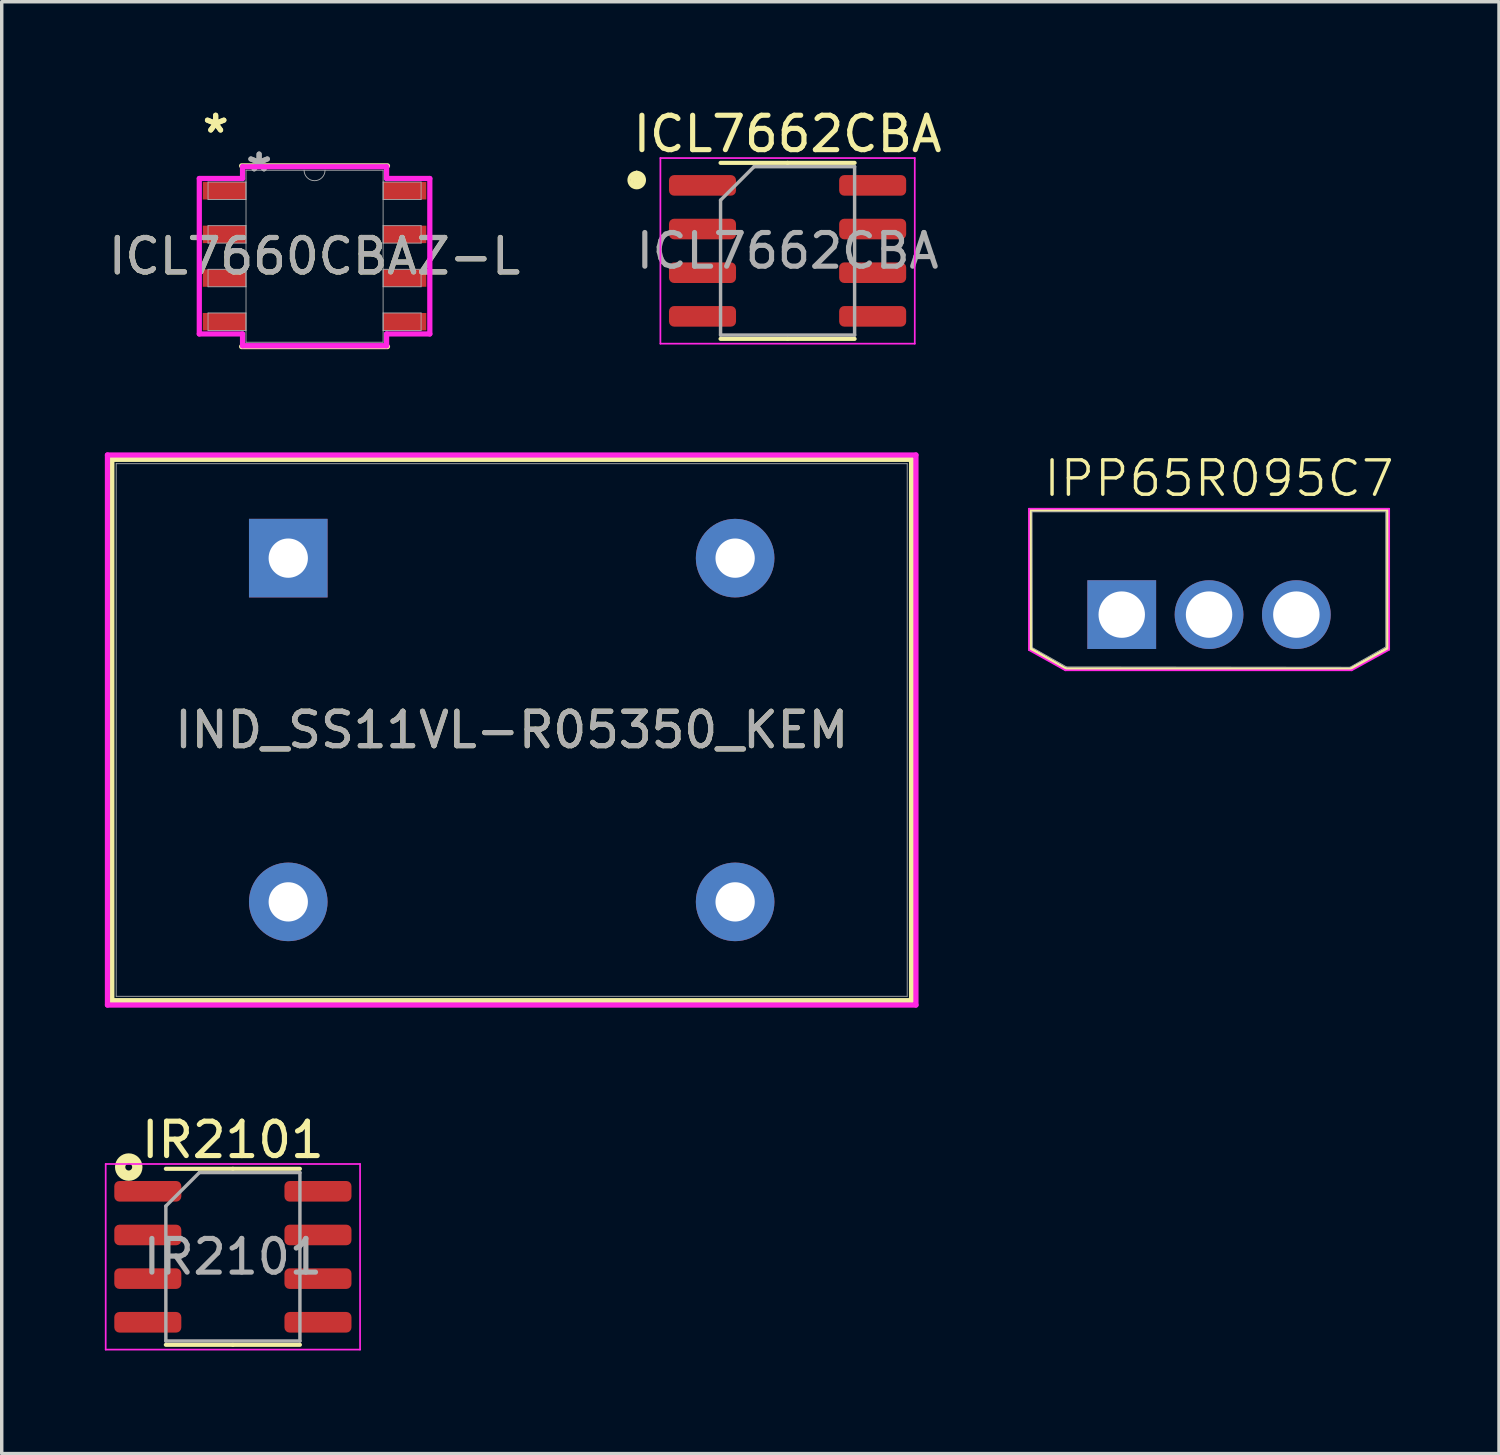
<source format=kicad_pcb>
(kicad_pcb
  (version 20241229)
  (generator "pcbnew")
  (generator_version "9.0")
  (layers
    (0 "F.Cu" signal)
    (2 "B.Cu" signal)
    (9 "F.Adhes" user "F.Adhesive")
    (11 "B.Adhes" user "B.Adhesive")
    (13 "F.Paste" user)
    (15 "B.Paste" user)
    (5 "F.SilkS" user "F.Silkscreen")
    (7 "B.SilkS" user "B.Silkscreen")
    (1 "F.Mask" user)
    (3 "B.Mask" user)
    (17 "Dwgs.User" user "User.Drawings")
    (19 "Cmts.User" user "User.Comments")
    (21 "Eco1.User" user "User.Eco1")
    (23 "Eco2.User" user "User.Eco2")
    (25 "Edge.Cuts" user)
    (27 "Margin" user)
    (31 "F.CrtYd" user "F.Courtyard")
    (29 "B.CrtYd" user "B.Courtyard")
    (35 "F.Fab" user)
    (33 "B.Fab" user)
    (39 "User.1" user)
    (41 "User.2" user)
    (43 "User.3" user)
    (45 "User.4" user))
  (footprint "ICL7662CBA"
    (layer "F.Cu")
    (at 19.862 4.248)
    (property "Reference" "ICL7662CBA" (at 0 -3.4 0) (layer "F.SilkS") (effects (font (size 1 1) (thickness 0.15))))
    (attr smd)
    (fp_line (start -4.53 -1.99) (end -4.49 -1.88) (stroke (width 0.1) (type default)) (layer "F.SilkS"))
    (fp_line (start -4.5 -2.2) (end -4.53 -1.99) (stroke (width 0.1) (type default)) (layer "F.SilkS"))
    (fp_line (start -4.49 -1.88) (end -4.32 -1.91) (stroke (width 0.1) (type default)) (layer "F.SilkS"))
    (fp_line (start -4.45 -2.17) (end -4.44 -1.93) (stroke (width 0.1) (type default)) (layer "F.SilkS"))
    (fp_line (start -4.44 -1.93) (end -4.215 -2.09) (stroke (width 0.1) (type default)) (layer "F.SilkS"))
    (fp_line (start -4.42 -2.225) (end -4.27 -2.1) (stroke (width 0.1) (type default)) (layer "F.SilkS"))
    (fp_line (start -4.389 -2.281) (end -4.45 -2.17) (stroke (width 0.1) (type default)) (layer "F.SilkS"))
    (fp_line (start -4.389 -2.06) (end -4.345 -2.163) (stroke (width 0.1) (type default)) (layer "F.SilkS"))
    (fp_line (start -4.32 -1.91) (end -4.21 -2.01) (stroke (width 0.1) (type default)) (layer "F.SilkS"))
    (fp_line (start -4.27 -2.1) (end -4.389 -2.06) (stroke (width 0.1) (type default)) (layer "F.SilkS"))
    (fp_line (start -4.22 -2.17) (end -4.389 -2.281) (stroke (width 0.1) (type default)) (layer "F.SilkS"))
    (fp_line (start -4.21 -2.01) (end -4.22 -2.17) (stroke (width 0.1) (type default)) (layer "F.SilkS"))
    (fp_line (start 0 -2.56) (end -1.95 -2.56) (stroke (width 0.12) (type solid)) (layer "F.SilkS"))
    (fp_line (start 0 -2.56) (end 1.95 -2.56) (stroke (width 0.12) (type solid)) (layer "F.SilkS"))
    (fp_line (start 0 2.56) (end -1.95 2.56) (stroke (width 0.12) (type solid)) (layer "F.SilkS"))
    (fp_line (start 0 2.56) (end 1.95 2.56) (stroke (width 0.12) (type solid)) (layer "F.SilkS"))
    (fp_circle (center -4.389 -2.06) (end -4.169 -2.04) (stroke (width 0.1) (type default)) (fill no) (layer "F.SilkS"))
    (fp_line (start -3.7 -2.7) (end -3.7 2.7) (stroke (width 0.05) (type solid)) (layer "F.CrtYd"))
    (fp_line (start -3.7 2.7) (end 3.7 2.7) (stroke (width 0.05) (type solid)) (layer "F.CrtYd"))
    (fp_line (start 3.7 -2.7) (end -3.7 -2.7) (stroke (width 0.05) (type solid)) (layer "F.CrtYd"))
    (fp_line (start 3.7 2.7) (end 3.7 -2.7) (stroke (width 0.05) (type solid)) (layer "F.CrtYd"))
    (fp_line (start -1.95 -1.475) (end -0.975 -2.45) (stroke (width 0.1) (type solid)) (layer "F.Fab"))
    (fp_line (start -1.95 2.45) (end -1.95 -1.475) (stroke (width 0.1) (type solid)) (layer "F.Fab"))
    (fp_line (start -0.975 -2.45) (end 1.95 -2.45) (stroke (width 0.1) (type solid)) (layer "F.Fab"))
    (fp_line (start 1.95 -2.45) (end 1.95 2.45) (stroke (width 0.1) (type solid)) (layer "F.Fab"))
    (fp_line (start 1.95 2.45) (end -1.95 2.45) (stroke (width 0.1) (type solid)) (layer "F.Fab"))
    (fp_text user "${REFERENCE}" (at 0 0 0) (layer "F.Fab") (effects (font (size 0.98 0.98) (thickness 0.15))))
    (pad "1" smd roundrect (at -2.475 -1.905) (size 1.95 0.6) (layers "F.Cu" "F.Mask" "F.Paste") (roundrect_rratio 0.25))
    (pad "2" smd roundrect (at -2.475 -0.635) (size 1.95 0.6) (layers "F.Cu" "F.Mask" "F.Paste") (roundrect_rratio 0.25))
    (pad "3" smd roundrect (at -2.475 0.635) (size 1.95 0.6) (layers "F.Cu" "F.Mask" "F.Paste") (roundrect_rratio 0.25))
    (pad "4" smd roundrect (at -2.475 1.905) (size 1.95 0.6) (layers "F.Cu" "F.Mask" "F.Paste") (roundrect_rratio 0.25))
    (pad "5" smd roundrect (at 2.475 1.905) (size 1.95 0.6) (layers "F.Cu" "F.Mask" "F.Paste") (roundrect_rratio 0.25))
    (pad "6" smd roundrect (at 2.475 0.635) (size 1.95 0.6) (layers "F.Cu" "F.Mask" "F.Paste") (roundrect_rratio 0.25))
    (pad "7" smd roundrect (at 2.475 -0.635) (size 1.95 0.6) (layers "F.Cu" "F.Mask" "F.Paste") (roundrect_rratio 0.25))
    (pad "8" smd roundrect (at 2.475 -1.905) (size 1.95 0.6) (layers "F.Cu" "F.Mask" "F.Paste") (roundrect_rratio 0.25)))
  (footprint "IND_SS11VL-R05350_KEM"
    (layer "F.Cu")
    (at 5.336 13.187)
    (property "Reference" "IND_SS11VL-R05350_KEM" (at 6.5 5 0) (unlocked yes) (layer "F.SilkS") (effects (font (size 1 1) (thickness 0.15))))
    (attr through_hole)
    (fp_line (start -5.133 -2.874) (end -5.133 12.874) (stroke (width 0.152) (type solid)) (layer "F.SilkS"))
    (fp_line (start -5.133 12.874) (end 18.133 12.874) (stroke (width 0.152) (type solid)) (layer "F.SilkS"))
    (fp_line (start 18.133 -2.874) (end -5.133 -2.874) (stroke (width 0.152) (type solid)) (layer "F.SilkS"))
    (fp_line (start 18.133 12.874) (end 18.133 -2.874) (stroke (width 0.152) (type solid)) (layer "F.SilkS"))
    (fp_line (start -5.26 -3.001) (end -5.26 13.001) (stroke (width 0.152) (type solid)) (layer "F.CrtYd"))
    (fp_line (start -5.26 13.001) (end 18.26 13.001) (stroke (width 0.152) (type solid)) (layer "F.CrtYd"))
    (fp_line (start 18.26 -3.001) (end -5.26 -3.001) (stroke (width 0.152) (type solid)) (layer "F.CrtYd"))
    (fp_line (start 18.26 13.001) (end 18.26 -3.001) (stroke (width 0.152) (type solid)) (layer "F.CrtYd"))
    (fp_line (start -5.006 -2.747) (end -5.006 12.747) (stroke (width 0.025) (type solid)) (layer "F.Fab"))
    (fp_line (start -5.006 12.747) (end 18.006 12.747) (stroke (width 0.025) (type solid)) (layer "F.Fab"))
    (fp_line (start 18.006 -2.747) (end -5.006 -2.747) (stroke (width 0.025) (type solid)) (layer "F.Fab"))
    (fp_line (start 18.006 12.747) (end 18.006 -2.747) (stroke (width 0.025) (type solid)) (layer "F.Fab"))
    (fp_text user "${REFERENCE}" (at 6.5 5 0) (unlocked yes) (layer "F.Fab") (effects (font (size 1 1) (thickness 0.15))))
    (pad "1" thru_hole rect (at 0 0) (size 2.286 2.286) (drill 1.143) (layers "*.Cu" "*.Mask"))
    (pad "2" thru_hole circle (at 0 10) (size 2.286 2.286) (drill 1.143) (layers "*.Cu" "*.Mask"))
    (pad "3" thru_hole circle (at 13 0) (size 2.286 2.286) (drill 1.143) (layers "*.Cu" "*.Mask"))
    (pad "4" thru_hole circle (at 13 10) (size 2.286 2.286) (drill 1.143) (layers "*.Cu" "*.Mask")))
  (footprint "IPP65R095C7"
    (layer "F.Cu")
    (at 26.923 11.79)
    (property "Reference" "IPP65R095C7" (at 5.49 -0.92 0) (unlocked yes) (layer "F.SilkS") (effects (font (size 1 1) (thickness 0.1))))
    (attr through_hole)
    (fp_line (start 0 0) (end 0 4.03) (stroke (width 0.1) (type default)) (layer "F.SilkS"))
    (fp_line (start 0 4.03) (end 1.03 4.62) (stroke (width 0.1) (type default)) (layer "F.SilkS"))
    (fp_line (start 1.03 4.62) (end 9.32 4.62) (stroke (width 0.1) (type default)) (layer "F.SilkS"))
    (fp_line (start 9.32 4.62) (end 10.4 4.02) (stroke (width 0.1) (type default)) (layer "F.SilkS"))
    (fp_line (start 10.4 -0.01) (end 0 0) (stroke (width 0.1) (type default)) (layer "F.SilkS"))
    (fp_line (start 10.4 4.02) (end 10.4 -0.01) (stroke (width 0.1) (type default)) (layer "F.SilkS"))
    (fp_line (start -0.04 -0.04) (end 10.44 -0.04) (stroke (width 0.05) (type default)) (layer "F.CrtYd"))
    (fp_line (start -0.04 0.01) (end -0.04 -0.04) (stroke (width 0.05) (type default)) (layer "F.CrtYd"))
    (fp_line (start -0.04 0.01) (end -0.04 4.07) (stroke (width 0.05) (type default)) (layer "F.CrtYd"))
    (fp_line (start -0.04 4.07) (end 1.02 4.66) (stroke (width 0.05) (type default)) (layer "F.CrtYd"))
    (fp_line (start 1.02 4.66) (end 9.35 4.66) (stroke (width 0.05) (type default)) (layer "F.CrtYd"))
    (fp_line (start 9.35 4.66) (end 10.44 4.06) (stroke (width 0.05) (type default)) (layer "F.CrtYd"))
    (fp_line (start 10.44 -0.04) (end 10.44 4.06) (stroke (width 0.05) (type default)) (layer "F.CrtYd"))
    (fp_line (start 0.05 0.05) (end 0.06 4) (stroke (width 0.025) (type default)) (layer "F.Fab"))
    (fp_line (start 0.06 4) (end 1.05 4.56) (stroke (width 0.025) (type default)) (layer "F.Fab"))
    (fp_line (start 1.05 4.56) (end 9.3 4.57) (stroke (width 0.025) (type default)) (layer "F.Fab"))
    (fp_line (start 9.3 4.57) (end 10.34 3.98) (stroke (width 0.025) (type default)) (layer "F.Fab"))
    (fp_line (start 10.34 0.05) (end 0.05 0.05) (stroke (width 0.025) (type default)) (layer "F.Fab"))
    (fp_line (start 10.34 3.98) (end 10.34 0.05) (stroke (width 0.025) (type default)) (layer "F.Fab"))
    (pad "1" thru_hole rect (at 2.66 3.04) (size 2 2) (drill 1.35) (layers "*.Cu" "*.Mask"))
    (pad "2" thru_hole circle (at 5.2 3.04) (size 2 2) (drill 1.35) (layers "*.Cu" "*.Mask"))
    (pad "3" thru_hole circle (at 7.74 3.04) (size 2 2) (drill 1.35) (layers "*.Cu" "*.Mask")))
  (footprint "IR2101"
    (layer "F.Cu")
    (at 3.725 33.512)
    (property "Reference" "IR2101" (at 0 -3.4 0) (layer "F.SilkS") (effects (font (size 1 1) (thickness 0.15))))
    (attr smd)
    (fp_line (start 0 -2.56) (end -1.95 -2.56) (stroke (width 0.12) (type solid)) (layer "F.SilkS"))
    (fp_line (start 0 -2.56) (end 1.95 -2.56) (stroke (width 0.12) (type solid)) (layer "F.SilkS"))
    (fp_line (start 0 2.56) (end -1.95 2.56) (stroke (width 0.12) (type solid)) (layer "F.SilkS"))
    (fp_line (start 0 2.56) (end 1.95 2.56) (stroke (width 0.12) (type solid)) (layer "F.SilkS"))
    (fp_circle (center -3.03 -2.61) (end -2.93 -2.61) (stroke (width 0.3) (type default)) (fill no) (layer "F.SilkS"))
    (fp_line (start -3.7 -2.7) (end -3.7 2.7) (stroke (width 0.05) (type solid)) (layer "F.CrtYd"))
    (fp_line (start -3.7 2.7) (end 3.7 2.7) (stroke (width 0.05) (type solid)) (layer "F.CrtYd"))
    (fp_line (start 3.7 -2.7) (end -3.7 -2.7) (stroke (width 0.05) (type solid)) (layer "F.CrtYd"))
    (fp_line (start 3.7 2.7) (end 3.7 -2.7) (stroke (width 0.05) (type solid)) (layer "F.CrtYd"))
    (fp_line (start -1.95 -1.475) (end -0.975 -2.45) (stroke (width 0.1) (type solid)) (layer "F.Fab"))
    (fp_line (start -1.95 2.45) (end -1.95 -1.475) (stroke (width 0.1) (type solid)) (layer "F.Fab"))
    (fp_line (start -0.975 -2.45) (end 1.95 -2.45) (stroke (width 0.1) (type solid)) (layer "F.Fab"))
    (fp_line (start 1.95 -2.45) (end 1.95 2.45) (stroke (width 0.1) (type solid)) (layer "F.Fab"))
    (fp_line (start 1.95 2.45) (end -1.95 2.45) (stroke (width 0.1) (type solid)) (layer "F.Fab"))
    (fp_text user "${REFERENCE}" (at 0 0 0) (layer "F.Fab") (effects (font (size 0.98 0.98) (thickness 0.15))))
    (pad "1" smd roundrect (at -2.475 -1.905) (size 1.95 0.6) (layers "F.Cu" "F.Mask" "F.Paste") (roundrect_rratio 0.25))
    (pad "2" smd roundrect (at -2.475 -0.635) (size 1.95 0.6) (layers "F.Cu" "F.Mask" "F.Paste") (roundrect_rratio 0.25))
    (pad "3" smd roundrect (at -2.475 0.635) (size 1.95 0.6) (layers "F.Cu" "F.Mask" "F.Paste") (roundrect_rratio 0.25))
    (pad "4" smd roundrect (at -2.475 1.905) (size 1.95 0.6) (layers "F.Cu" "F.Mask" "F.Paste") (roundrect_rratio 0.25))
    (pad "5" smd roundrect (at 2.475 1.905) (size 1.95 0.6) (layers "F.Cu" "F.Mask" "F.Paste") (roundrect_rratio 0.25))
    (pad "6" smd roundrect (at 2.475 0.635) (size 1.95 0.6) (layers "F.Cu" "F.Mask" "F.Paste") (roundrect_rratio 0.25))
    (pad "7" smd roundrect (at 2.475 -0.635) (size 1.95 0.6) (layers "F.Cu" "F.Mask" "F.Paste") (roundrect_rratio 0.25))
    (pad "8" smd roundrect (at 2.475 -1.905) (size 1.95 0.6) (layers "F.Cu" "F.Mask" "F.Paste") (roundrect_rratio 0.25)))
  (footprint "ICL7660CBAZ-L"
    (layer "F.Cu")
    (at 6.101 4.404)
    (property "Reference" "ICL7660CBAZ-L" (at 0 0 0) (unlocked yes) (layer "F.SilkS") (effects (font (size 1 1) (thickness 0.15))))
    (attr smd)
    (fp_line (start -2.121 2.629) (end 2.121 2.629) (stroke (width 0.152) (type solid)) (layer "F.SilkS"))
    (fp_line (start 2.121 -2.629) (end -2.121 -2.629) (stroke (width 0.152) (type solid)) (layer "F.SilkS"))
    (fp_line (start -3.353 -2.261) (end -2.095 -2.261) (stroke (width 0.152) (type solid)) (layer "F.CrtYd"))
    (fp_line (start -3.353 2.261) (end -3.353 -2.261) (stroke (width 0.152) (type solid)) (layer "F.CrtYd"))
    (fp_line (start -3.353 2.261) (end -2.095 2.261) (stroke (width 0.152) (type solid)) (layer "F.CrtYd"))
    (fp_line (start -2.095 -2.603) (end 2.095 -2.603) (stroke (width 0.152) (type solid)) (layer "F.CrtYd"))
    (fp_line (start -2.095 -2.261) (end -2.095 -2.603) (stroke (width 0.152) (type solid)) (layer "F.CrtYd"))
    (fp_line (start -2.095 2.603) (end -2.095 2.261) (stroke (width 0.152) (type solid)) (layer "F.CrtYd"))
    (fp_line (start 2.095 -2.603) (end 2.095 -2.261) (stroke (width 0.152) (type solid)) (layer "F.CrtYd"))
    (fp_line (start 2.095 2.261) (end 2.095 2.603) (stroke (width 0.152) (type solid)) (layer "F.CrtYd"))
    (fp_line (start 2.095 2.603) (end -2.095 2.603) (stroke (width 0.152) (type solid)) (layer "F.CrtYd"))
    (fp_line (start 3.353 -2.261) (end 2.095 -2.261) (stroke (width 0.152) (type solid)) (layer "F.CrtYd"))
    (fp_line (start 3.353 -2.261) (end 3.353 2.261) (stroke (width 0.152) (type solid)) (layer "F.CrtYd"))
    (fp_line (start 3.353 2.261) (end 2.095 2.261) (stroke (width 0.152) (type solid)) (layer "F.CrtYd"))
    (fp_line (start -3.099 -2.159) (end -3.099 -1.651) (stroke (width 0.025) (type solid)) (layer "F.Fab"))
    (fp_line (start -3.099 -1.651) (end -1.994 -1.651) (stroke (width 0.025) (type solid)) (layer "F.Fab"))
    (fp_line (start -3.099 -0.889) (end -3.099 -0.381) (stroke (width 0.025) (type solid)) (layer "F.Fab"))
    (fp_line (start -3.099 -0.381) (end -1.994 -0.381) (stroke (width 0.025) (type solid)) (layer "F.Fab"))
    (fp_line (start -3.099 0.381) (end -3.099 0.889) (stroke (width 0.025) (type solid)) (layer "F.Fab"))
    (fp_line (start -3.099 0.889) (end -1.994 0.889) (stroke (width 0.025) (type solid)) (layer "F.Fab"))
    (fp_line (start -3.099 1.651) (end -3.099 2.159) (stroke (width 0.025) (type solid)) (layer "F.Fab"))
    (fp_line (start -3.099 2.159) (end -1.994 2.159) (stroke (width 0.025) (type solid)) (layer "F.Fab"))
    (fp_line (start -1.994 -2.502) (end -1.994 2.502) (stroke (width 0.025) (type solid)) (layer "F.Fab"))
    (fp_line (start -1.994 -2.159) (end -3.099 -2.159) (stroke (width 0.025) (type solid)) (layer "F.Fab"))
    (fp_line (start -1.994 -1.651) (end -1.994 -2.159) (stroke (width 0.025) (type solid)) (layer "F.Fab"))
    (fp_line (start -1.994 -0.889) (end -3.099 -0.889) (stroke (width 0.025) (type solid)) (layer "F.Fab"))
    (fp_line (start -1.994 -0.381) (end -1.994 -0.889) (stroke (width 0.025) (type solid)) (layer "F.Fab"))
    (fp_line (start -1.994 0.381) (end -3.099 0.381) (stroke (width 0.025) (type solid)) (layer "F.Fab"))
    (fp_line (start -1.994 0.889) (end -1.994 0.381) (stroke (width 0.025) (type solid)) (layer "F.Fab"))
    (fp_line (start -1.994 1.651) (end -3.099 1.651) (stroke (width 0.025) (type solid)) (layer "F.Fab"))
    (fp_line (start -1.994 2.159) (end -1.994 1.651) (stroke (width 0.025) (type solid)) (layer "F.Fab"))
    (fp_line (start -1.994 2.502) (end 1.994 2.502) (stroke (width 0.025) (type solid)) (layer "F.Fab"))
    (fp_line (start 1.994 -2.502) (end -1.994 -2.502) (stroke (width 0.025) (type solid)) (layer "F.Fab"))
    (fp_line (start 1.994 -2.159) (end 1.994 -1.651) (stroke (width 0.025) (type solid)) (layer "F.Fab"))
    (fp_line (start 1.994 -1.651) (end 3.099 -1.651) (stroke (width 0.025) (type solid)) (layer "F.Fab"))
    (fp_line (start 1.994 -0.889) (end 1.994 -0.381) (stroke (width 0.025) (type solid)) (layer "F.Fab"))
    (fp_line (start 1.994 -0.381) (end 3.099 -0.381) (stroke (width 0.025) (type solid)) (layer "F.Fab"))
    (fp_line (start 1.994 0.381) (end 1.994 0.889) (stroke (width 0.025) (type solid)) (layer "F.Fab"))
    (fp_line (start 1.994 0.889) (end 3.099 0.889) (stroke (width 0.025) (type solid)) (layer "F.Fab"))
    (fp_line (start 1.994 1.651) (end 1.994 2.159) (stroke (width 0.025) (type solid)) (layer "F.Fab"))
    (fp_line (start 1.994 2.159) (end 3.099 2.159) (stroke (width 0.025) (type solid)) (layer "F.Fab"))
    (fp_line (start 1.994 2.502) (end 1.994 -2.502) (stroke (width 0.025) (type solid)) (layer "F.Fab"))
    (fp_line (start 3.099 -2.159) (end 1.994 -2.159) (stroke (width 0.025) (type solid)) (layer "F.Fab"))
    (fp_line (start 3.099 -1.651) (end 3.099 -2.159) (stroke (width 0.025) (type solid)) (layer "F.Fab"))
    (fp_line (start 3.099 -0.889) (end 1.994 -0.889) (stroke (width 0.025) (type solid)) (layer "F.Fab"))
    (fp_line (start 3.099 -0.381) (end 3.099 -0.889) (stroke (width 0.025) (type solid)) (layer "F.Fab"))
    (fp_line (start 3.099 0.381) (end 1.994 0.381) (stroke (width 0.025) (type solid)) (layer "F.Fab"))
    (fp_line (start 3.099 0.889) (end 3.099 0.381) (stroke (width 0.025) (type solid)) (layer "F.Fab"))
    (fp_line (start 3.099 1.651) (end 1.994 1.651) (stroke (width 0.025) (type solid)) (layer "F.Fab"))
    (fp_line (start 3.099 2.159) (end 3.099 1.651) (stroke (width 0.025) (type solid)) (layer "F.Fab"))
    (fp_arc (start 0.3048 -2.5019) (mid 0 -2.1971) (end -0.3048 -2.5019) (stroke (width 0.0254) (type solid)) (layer "F.Fab"))
    (fp_text user "*" (at -2.877 -3.556 0) (unlocked yes) (layer "F.SilkS") (effects (font (size 1 1) (thickness 0.15))))
    (fp_text user "*" (at -2.877 -3.556 0) (layer "F.SilkS") (effects (font (size 1 1) (thickness 0.15))))
    (fp_text user "${REFERENCE}" (at 0 0 0) (unlocked yes) (layer "F.Fab") (effects (font (size 1 1) (thickness 0.15))))
    (fp_text user "*" (at -1.613 -2.426 0) (unlocked yes) (layer "F.Fab") (effects (font (size 1 1) (thickness 0.15))))
    (fp_text user "*" (at -1.613 -2.426 0) (layer "F.Fab") (effects (font (size 1 1) (thickness 0.15))))
    (pad "1" smd rect (at -2.623 -1.905) (size 1.257 0.508) (layers "F.Cu" "F.Mask" "F.Paste"))
    (pad "2" smd rect (at -2.623 -0.635) (size 1.257 0.508) (layers "F.Cu" "F.Mask" "F.Paste"))
    (pad "3" smd rect (at -2.623 0.635) (size 1.257 0.508) (layers "F.Cu" "F.Mask" "F.Paste"))
    (pad "4" smd rect (at -2.623 1.905) (size 1.257 0.508) (layers "F.Cu" "F.Mask" "F.Paste"))
    (pad "5" smd rect (at 2.623 1.905) (size 1.257 0.508) (layers "F.Cu" "F.Mask" "F.Paste"))
    (pad "6" smd rect (at 2.623 0.635) (size 1.257 0.508) (layers "F.Cu" "F.Mask" "F.Paste"))
    (pad "7" smd rect (at 2.623 -0.635) (size 1.257 0.508) (layers "F.Cu" "F.Mask" "F.Paste"))
    (pad "8" smd rect (at 2.623 -1.905) (size 1.257 0.508) (layers "F.Cu" "F.Mask" "F.Paste")))
  (gr_rect
    (start -3 -3)
    (end 40.558 39.237)
    (stroke (width 0.1) (type default))
    (fill no)
    (layer "Edge.Cuts")))
</source>
